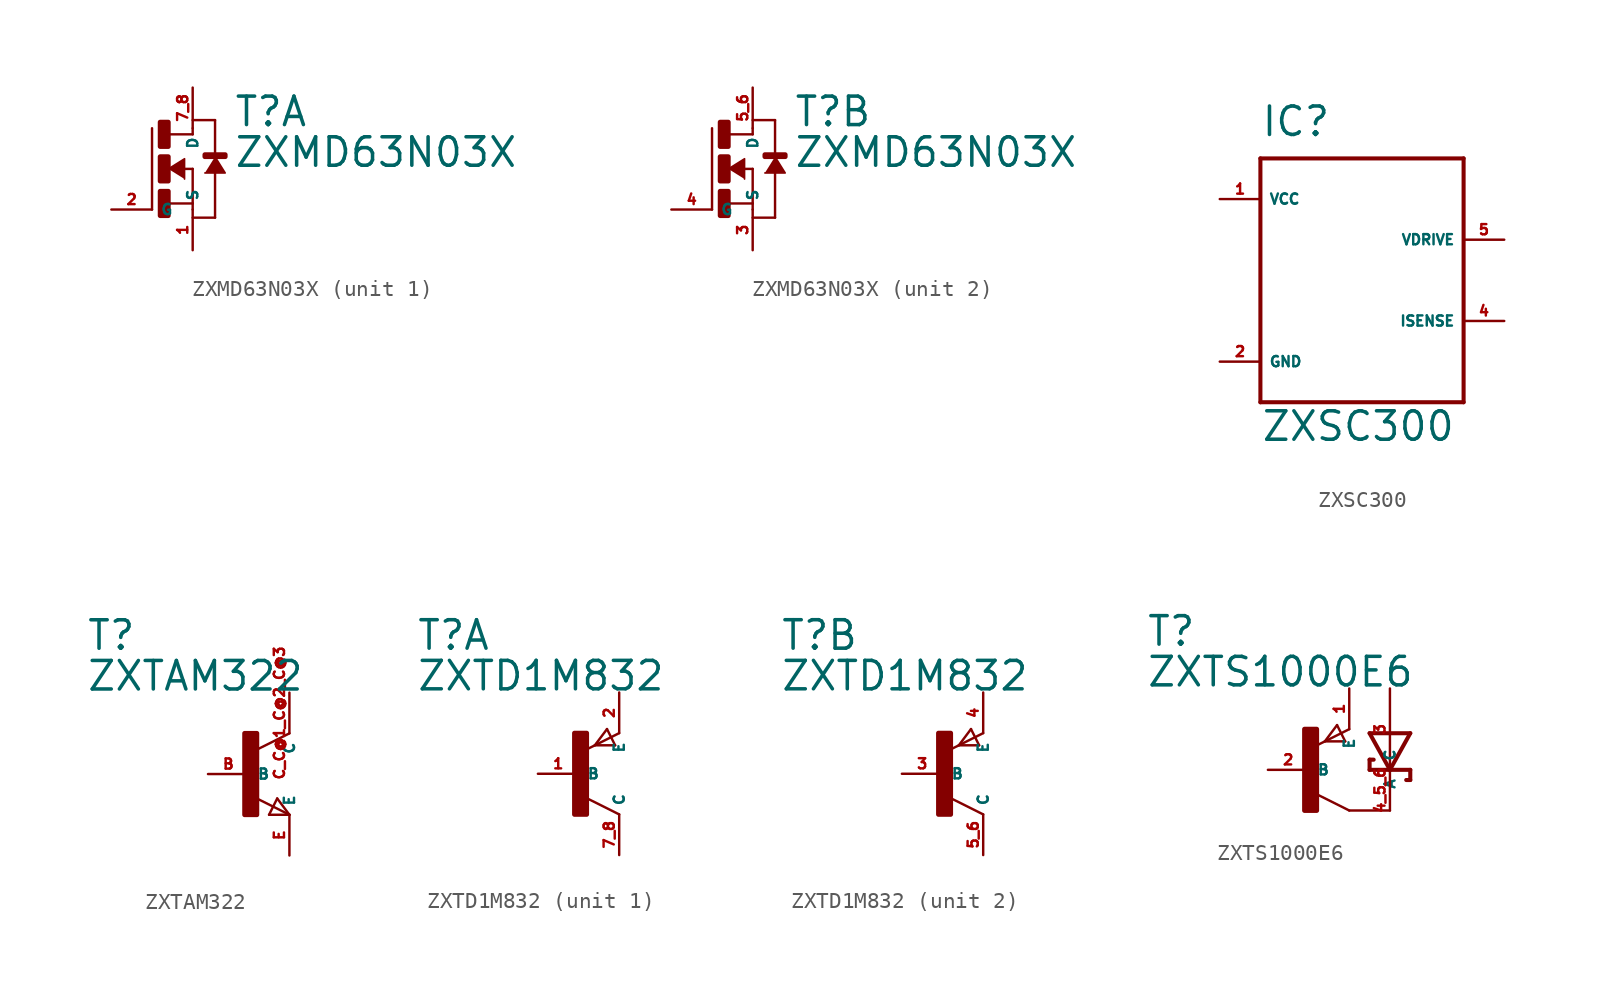
<source format=kicad_sym>
(kicad_symbol_lib
  (version 20220914)
  (generator Eagle2Kicad)
  (symbol "ZXMD63N03X"
    (property "Reference" "T"
      (at 2.54 2.54 0)
      (effects (font (size 1.778 1.778) (thickness 0.22)) (justify left bottom)))
    (property "Value" "ZXMD63N03X"
      (at 2.54 0 0)
      (effects (font (size 1.778 1.778) (thickness 0.22)) (justify left bottom)))
    (symbol "ZXMD63N03X_1_0"
      (polyline (pts (xy -1.524 0) (xy -0.508 0.635) (xy -0.508 -0.635)) (stroke (width 0.102) (type default)) (fill (type outline)))
      (polyline (pts (xy 1.397 0.762) (xy 2.032 -0.254) (xy 0.762 -0.254)) (stroke (width 0.102) (type default)) (fill (type outline)))
      (polyline (pts (xy -0.508 0) (xy 0 0)) (stroke (width 0.152) (type default)) (fill (type none)))
      (polyline (pts (xy -1.524 -2.159) (xy 0 -2.159)) (stroke (width 0.152) (type default)) (fill (type none)))
      (polyline (pts (xy -2.54 -2.54) (xy -2.54 2.54)) (stroke (width 0.152) (type default)) (fill (type none)))
      (polyline (pts (xy 0 0) (xy 0 -2.159)) (stroke (width 0.152) (type default)) (fill (type none)))
      (polyline (pts (xy 1.397 -0.254) (xy 1.397 -3.048)) (stroke (width 0.152) (type default)) (fill (type none)))
      (polyline (pts (xy 1.397 -3.048) (xy 0 -3.048)) (stroke (width 0.152) (type default)) (fill (type none)))
      (polyline (pts (xy -1.524 2.159) (xy 0 2.159)) (stroke (width 0.152) (type default)) (fill (type none)))
      (polyline (pts (xy 0 2.159) (xy 0 2.54)) (stroke (width 0.152) (type default)) (fill (type none)))
      (polyline (pts (xy 0 3.048) (xy 1.397 3.048)) (stroke (width 0.152) (type default)) (fill (type none)))
      (polyline (pts (xy 1.397 3.048) (xy 1.397 0.762)) (stroke (width 0.152) (type default)) (fill (type none)))
      (polyline (pts (xy 0 -2.159) (xy 0 -2.54)) (stroke (width 0.152) (type default)) (fill (type none)))
      (rectangle (start -2.032 1.397) (end -1.524 2.921) (stroke (width 0.3) (type default)) (fill (type outline)))
      (rectangle (start -2.032 -0.762) (end -1.524 0.762) (stroke (width 0.3) (type default)) (fill (type outline)))
      (rectangle (start -2.032 -2.921) (end -1.524 -1.397) (stroke (width 0.3) (type default)) (fill (type outline)))
      (rectangle (start 0.762 0.762) (end 2.032 0.889) (stroke (width 0.3) (type default)) (fill (type outline)))
      (pin passive line (at 0 5.08 270) (length 2.54) (name "D" (effects (font (size 0.635 0.635) (thickness 0.08)) (justify left bottom))) (number "7 8" (effects (font (size 0.635 0.635) (thickness 0.08)) (justify left bottom))))
      (pin passive line (at 0 -5.08 90) (length 2.54) (name "S" (effects (font (size 0.635 0.635) (thickness 0.08)) (justify left bottom))) (number "1" (effects (font (size 0.635 0.635) (thickness 0.08)) (justify left bottom))))
      (pin passive line (at -5.08 -2.54 0) (length 2.54) (name "G" (effects (font (size 0.635 0.635) (thickness 0.08)) (justify left bottom))) (number "2" (effects (font (size 0.635 0.635) (thickness 0.08)) (justify left bottom)))))
    (symbol "ZXMD63N03X_2_0"
      (polyline (pts (xy -1.524 0) (xy -0.508 0.635) (xy -0.508 -0.635)) (stroke (width 0.102) (type default)) (fill (type outline)))
      (polyline (pts (xy 1.397 0.762) (xy 2.032 -0.254) (xy 0.762 -0.254)) (stroke (width 0.102) (type default)) (fill (type outline)))
      (polyline (pts (xy -0.508 0) (xy 0 0)) (stroke (width 0.152) (type default)) (fill (type none)))
      (polyline (pts (xy -1.524 -2.159) (xy 0 -2.159)) (stroke (width 0.152) (type default)) (fill (type none)))
      (polyline (pts (xy -2.54 -2.54) (xy -2.54 2.54)) (stroke (width 0.152) (type default)) (fill (type none)))
      (polyline (pts (xy 0 0) (xy 0 -2.159)) (stroke (width 0.152) (type default)) (fill (type none)))
      (polyline (pts (xy 1.397 -0.254) (xy 1.397 -3.048)) (stroke (width 0.152) (type default)) (fill (type none)))
      (polyline (pts (xy 1.397 -3.048) (xy 0 -3.048)) (stroke (width 0.152) (type default)) (fill (type none)))
      (polyline (pts (xy -1.524 2.159) (xy 0 2.159)) (stroke (width 0.152) (type default)) (fill (type none)))
      (polyline (pts (xy 0 2.159) (xy 0 2.54)) (stroke (width 0.152) (type default)) (fill (type none)))
      (polyline (pts (xy 0 3.048) (xy 1.397 3.048)) (stroke (width 0.152) (type default)) (fill (type none)))
      (polyline (pts (xy 1.397 3.048) (xy 1.397 0.762)) (stroke (width 0.152) (type default)) (fill (type none)))
      (polyline (pts (xy 0 -2.159) (xy 0 -2.54)) (stroke (width 0.152) (type default)) (fill (type none)))
      (rectangle (start -2.032 1.397) (end -1.524 2.921) (stroke (width 0.3) (type default)) (fill (type outline)))
      (rectangle (start -2.032 -0.762) (end -1.524 0.762) (stroke (width 0.3) (type default)) (fill (type outline)))
      (rectangle (start -2.032 -2.921) (end -1.524 -1.397) (stroke (width 0.3) (type default)) (fill (type outline)))
      (rectangle (start 0.762 0.762) (end 2.032 0.889) (stroke (width 0.3) (type default)) (fill (type outline)))
      (pin passive line (at 0 5.08 270) (length 2.54) (name "D" (effects (font (size 0.635 0.635) (thickness 0.08)) (justify left bottom))) (number "5 6" (effects (font (size 0.635 0.635) (thickness 0.08)) (justify left bottom))))
      (pin passive line (at 0 -5.08 90) (length 2.54) (name "S" (effects (font (size 0.635 0.635) (thickness 0.08)) (justify left bottom))) (number "3" (effects (font (size 0.635 0.635) (thickness 0.08)) (justify left bottom))))
      (pin passive line (at -5.08 -2.54 0) (length 2.54) (name "G" (effects (font (size 0.635 0.635) (thickness 0.08)) (justify left bottom))) (number "4" (effects (font (size 0.635 0.635) (thickness 0.08)) (justify left bottom))))))
  (symbol "ZXSC300"
    (property "Reference" "IC"
      (at -5.08 8.89 0)
      (effects (font (size 1.778 1.778) (thickness 0.22)) (justify left bottom)))
    (property "Value" "ZXSC300"
      (at -5.08 -10.16 0)
      (effects (font (size 1.778 1.778) (thickness 0.22)) (justify left bottom)))
    (polyline
      (pts (xy -5.08 7.62) (xy 7.62 7.62))
      (stroke (width 0.254) (type default))
      (fill (type none)))
    (polyline
      (pts (xy 7.62 7.62) (xy 7.62 -7.62))
      (stroke (width 0.254) (type default))
      (fill (type none)))
    (polyline
      (pts (xy 7.62 -7.62) (xy -5.08 -7.62))
      (stroke (width 0.254) (type default))
      (fill (type none)))
    (polyline
      (pts (xy -5.08 -7.62) (xy -5.08 7.62))
      (stroke (width 0.254) (type default))
      (fill (type none)))
    (pin unspecified line
      (at -7.62 5.08 0)
      (length 2.54)
      (name "VCC" (effects (font (size 0.635 0.635) (thickness 0.08)) (justify left bottom)))
      (number "1" (effects (font (size 0.635 0.635) (thickness 0.08)) (justify left bottom))))
    (pin unspecified line
      (at -7.62 -5.08 0)
      (length 2.54)
      (name "GND" (effects (font (size 0.635 0.635) (thickness 0.08)) (justify left bottom)))
      (number "2" (effects (font (size 0.635 0.635) (thickness 0.08)) (justify left bottom))))
    (pin output line
      (at 10.16 2.54 180)
      (length 2.54)
      (name "VDRIVE" (effects (font (size 0.635 0.635) (thickness 0.08)) (justify left bottom)))
      (number "5" (effects (font (size 0.635 0.635) (thickness 0.08)) (justify left bottom))))
    (pin output line
      (at 10.16 -2.54 180)
      (length 2.54)
      (name "ISENSE" (effects (font (size 0.635 0.635) (thickness 0.08)) (justify left bottom)))
      (number "4" (effects (font (size 0.635 0.635) (thickness 0.08)) (justify left bottom)))))
  (symbol "ZXTAM322"
    (property "Reference" "T"
      (at -10.16 7.62 0)
      (effects (font (size 1.778 1.778) (thickness 0.22)) (justify left bottom)))
    (property "Value" "ZXTAM322"
      (at -10.16 5.08 0)
      (effects (font (size 1.778 1.778) (thickness 0.22)) (justify left bottom)))
    (polyline
      (pts (xy 2.54 2.54) (xy 0.508 1.524))
      (stroke (width 0.152) (type default))
      (fill (type none)))
    (polyline
      (pts (xy 2.54 -2.54) (xy 0.508 -1.524))
      (stroke (width 0.152) (type default))
      (fill (type none)))
    (polyline
      (pts (xy 1.778 -1.524) (xy 2.54 -2.54))
      (stroke (width 0.152) (type default))
      (fill (type none)))
    (polyline
      (pts (xy 2.54 -2.54) (xy 1.27 -2.54))
      (stroke (width 0.152) (type default))
      (fill (type none)))
    (polyline
      (pts (xy 1.27 -2.54) (xy 1.778 -1.524))
      (stroke (width 0.152) (type default))
      (fill (type none)))
    (rectangle
      (start -0.254 -2.54)
      (end 0.508 2.54)
      (stroke (width 0.3) (type default))
      (fill (type outline)))
    (pin passive line
      (at -2.54 0 0)
      (length 2.54)
      (name "B" (effects (font (size 0.635 0.635) (thickness 0.08)) (justify left bottom)))
      (number "B" (effects (font (size 0.635 0.635) (thickness 0.08)) (justify left bottom))))
    (pin passive line
      (at 2.54 -5.08 90)
      (length 2.54)
      (name "E" (effects (font (size 0.635 0.635) (thickness 0.08)) (justify left bottom)))
      (number "E" (effects (font (size 0.635 0.635) (thickness 0.08)) (justify left bottom))))
    (pin passive line
      (at 2.54 5.08 270)
      (length 2.54)
      (name "C" (effects (font (size 0.635 0.635) (thickness 0.08)) (justify left bottom)))
      (number "C C@1 C@2 C@3" (effects (font (size 0.635 0.635) (thickness 0.08)) (justify left bottom)))))
  (symbol "ZXTD1M832"
    (property "Reference" "T"
      (at -10.16 7.62 0)
      (effects (font (size 1.778 1.778) (thickness 0.22)) (justify left bottom)))
    (property "Value" "ZXTD1M832"
      (at -10.16 5.08 0)
      (effects (font (size 1.778 1.778) (thickness 0.22)) (justify left bottom)))
    (symbol "ZXTD1M832_1_0"
      (polyline (pts (xy 2.286 1.778) (xy 1.778 2.794)) (stroke (width 0.152) (type default)) (fill (type none)))
      (polyline (pts (xy 1.778 2.794) (xy 1.016 1.778)) (stroke (width 0.152) (type default)) (fill (type none)))
      (polyline (pts (xy 1.016 1.778) (xy 2.286 1.778)) (stroke (width 0.152) (type default)) (fill (type none)))
      (polyline (pts (xy 2.54 2.54) (xy 0.508 1.524)) (stroke (width 0.152) (type default)) (fill (type none)))
      (polyline (pts (xy 2.54 -2.54) (xy 0.508 -1.524)) (stroke (width 0.152) (type default)) (fill (type none)))
      (rectangle (start -0.254 -2.54) (end 0.508 2.54) (stroke (width 0.3) (type default)) (fill (type outline)))
      (pin passive line (at -2.54 0 0) (length 2.54) (name "B" (effects (font (size 0.635 0.635) (thickness 0.08)) (justify left bottom))) (number "1" (effects (font (size 0.635 0.635) (thickness 0.08)) (justify left bottom))))
      (pin passive line (at 2.54 5.08 270) (length 2.54) (name "E" (effects (font (size 0.635 0.635) (thickness 0.08)) (justify left bottom))) (number "2" (effects (font (size 0.635 0.635) (thickness 0.08)) (justify left bottom))))
      (pin passive line (at 2.54 -5.08 90) (length 2.54) (name "C" (effects (font (size 0.635 0.635) (thickness 0.08)) (justify left bottom))) (number "7 8" (effects (font (size 0.635 0.635) (thickness 0.08)) (justify left bottom)))))
    (symbol "ZXTD1M832_2_0"
      (polyline (pts (xy 2.286 1.778) (xy 1.778 2.794)) (stroke (width 0.152) (type default)) (fill (type none)))
      (polyline (pts (xy 1.778 2.794) (xy 1.016 1.778)) (stroke (width 0.152) (type default)) (fill (type none)))
      (polyline (pts (xy 1.016 1.778) (xy 2.286 1.778)) (stroke (width 0.152) (type default)) (fill (type none)))
      (polyline (pts (xy 2.54 2.54) (xy 0.508 1.524)) (stroke (width 0.152) (type default)) (fill (type none)))
      (polyline (pts (xy 2.54 -2.54) (xy 0.508 -1.524)) (stroke (width 0.152) (type default)) (fill (type none)))
      (rectangle (start -0.254 -2.54) (end 0.508 2.54) (stroke (width 0.3) (type default)) (fill (type outline)))
      (pin passive line (at -2.54 0 0) (length 2.54) (name "B" (effects (font (size 0.635 0.635) (thickness 0.08)) (justify left bottom))) (number "3" (effects (font (size 0.635 0.635) (thickness 0.08)) (justify left bottom))))
      (pin passive line (at 2.54 5.08 270) (length 2.54) (name "E" (effects (font (size 0.635 0.635) (thickness 0.08)) (justify left bottom))) (number "4" (effects (font (size 0.635 0.635) (thickness 0.08)) (justify left bottom))))
      (pin passive line (at 2.54 -5.08 90) (length 2.54) (name "C" (effects (font (size 0.635 0.635) (thickness 0.08)) (justify left bottom))) (number "5 6" (effects (font (size 0.635 0.635) (thickness 0.08)) (justify left bottom))))))
  (symbol "ZXTS1000E6"
    (property "Reference" "T"
      (at -12.7 7.62 0)
      (effects (font (size 1.778 1.778) (thickness 0.22)) (justify left bottom)))
    (property "Value" "ZXTS1000E6"
      (at -12.7 5.08 0)
      (effects (font (size 1.778 1.778) (thickness 0.22)) (justify left bottom)))
    (polyline
      (pts (xy 1.27 2.286) (xy 2.54 0))
      (stroke (width 0.254) (type default))
      (fill (type none)))
    (polyline
      (pts (xy 2.54 0) (xy 3.81 2.286))
      (stroke (width 0.254) (type default))
      (fill (type none)))
    (polyline
      (pts (xy 3.81 -0.635) (xy 3.81 0))
      (stroke (width 0.254) (type default))
      (fill (type none)))
    (polyline
      (pts (xy 3.81 0) (xy 2.54 0))
      (stroke (width 0.254) (type default))
      (fill (type none)))
    (polyline
      (pts (xy 3.81 2.286) (xy 1.27 2.286))
      (stroke (width 0.254) (type default))
      (fill (type none)))
    (polyline
      (pts (xy 2.54 0) (xy 1.27 0))
      (stroke (width 0.254) (type default))
      (fill (type none)))
    (polyline
      (pts (xy 3.81 -0.635) (xy 3.556 -0.635))
      (stroke (width 0.254) (type default))
      (fill (type none)))
    (polyline
      (pts (xy 1.27 0) (xy 1.27 0.635))
      (stroke (width 0.254) (type default))
      (fill (type none)))
    (polyline
      (pts (xy 1.524 0.635) (xy 1.27 0.635))
      (stroke (width 0.254) (type default))
      (fill (type none)))
    (polyline
      (pts (xy -0.254 1.778) (xy -0.762 2.794))
      (stroke (width 0.152) (type default))
      (fill (type none)))
    (polyline
      (pts (xy -0.762 2.794) (xy -1.524 1.778))
      (stroke (width 0.152) (type default))
      (fill (type none)))
    (polyline
      (pts (xy -1.524 1.778) (xy -0.254 1.778))
      (stroke (width 0.152) (type default))
      (fill (type none)))
    (polyline
      (pts (xy 0 2.54) (xy -2.032 1.524))
      (stroke (width 0.152) (type default))
      (fill (type none)))
    (polyline
      (pts (xy 0 -2.54) (xy -2.032 -1.524))
      (stroke (width 0.152) (type default))
      (fill (type none)))
    (polyline
      (pts (xy 2.54 -2.54) (xy 0 -2.54))
      (stroke (width 0.152) (type default))
      (fill (type none)))
    (rectangle
      (start -2.794 -2.54)
      (end -2.032 2.54)
      (stroke (width 0.3) (type default))
      (fill (type outline)))
    (pin passive line
      (at 2.54 5.08 270)
      (length 5.08)
      (name "A" (effects (font (size 0.635 0.635) (thickness 0.08)) (justify left bottom)))
      (number "3" (effects (font (size 0.635 0.635) (thickness 0.08)) (justify left bottom))))
    (pin passive line
      (at -5.08 0 0)
      (length 2.54)
      (name "B" (effects (font (size 0.635 0.635) (thickness 0.08)) (justify left bottom)))
      (number "2" (effects (font (size 0.635 0.635) (thickness 0.08)) (justify left bottom))))
    (pin passive line
      (at 0 5.08 270)
      (length 2.54)
      (name "E" (effects (font (size 0.635 0.635) (thickness 0.08)) (justify left bottom)))
      (number "1" (effects (font (size 0.635 0.635) (thickness 0.08)) (justify left bottom))))
    (pin passive line
      (at 2.54 -2.54 90)
      (length 2.54)
      (name "C" (effects (font (size 0.635 0.635) (thickness 0.08)) (justify left bottom)))
      (number "4 5 6" (effects (font (size 0.635 0.635) (thickness 0.08)) (justify left bottom))))))
</source>
